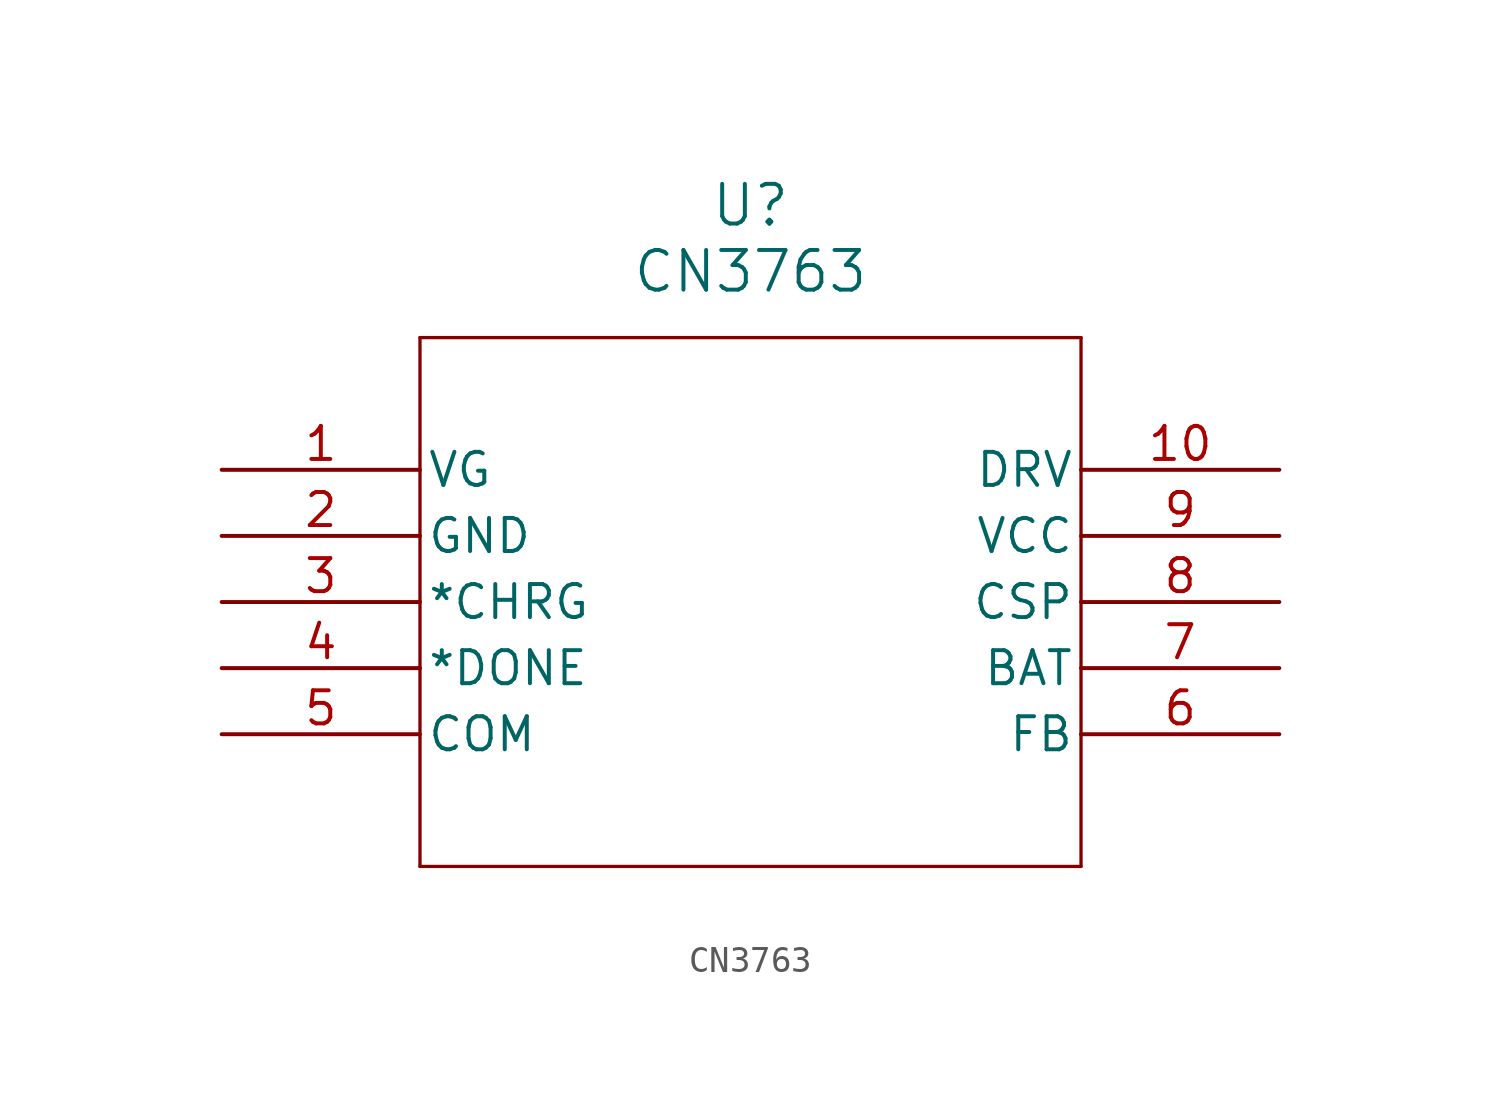
<source format=kicad_sym>
(kicad_symbol_lib
  (version 20211014)
  (generator kicad_symbol_editor)
  (symbol "CN3763"
    (pin_names
      (offset 0.254))
    (property "Reference" "U"
      (at 20.32 10.16 0)
      (effects (font (size 1.524 1.524))))
    (property "Value" "CN3763"
      (at 20.32 7.62 0)
      (effects (font (size 1.524 1.524))))
    (symbol "CN3763_0_1"
      (polyline (pts (xy 7.62 5.08) (xy 7.62 -15.24)) (stroke (width 0.127) (type default) (color 0 0 0 0)) (fill (type none)))
      (polyline (pts (xy 7.62 -15.24) (xy 33.02 -15.24)) (stroke (width 0.127) (type default) (color 0 0 0 0)) (fill (type none)))
      (polyline (pts (xy 33.02 -15.24) (xy 33.02 5.08)) (stroke (width 0.127) (type default) (color 0 0 0 0)) (fill (type none)))
      (polyline (pts (xy 33.02 5.08) (xy 7.62 5.08)) (stroke (width 0.127) (type default) (color 0 0 0 0)) (fill (type none)))
      (pin power_in line (at 0 0 0) (length 7.62) (name "VG" (effects (font (size 1.27 1.27)))) (number "1" (effects (font (size 1.27 1.27)))))
      (pin power_out line (at 0 -2.54 0) (length 7.62) (name "GND" (effects (font (size 1.27 1.27)))) (number "2" (effects (font (size 1.27 1.27)))))
      (pin output line (at 0 -5.08 0) (length 7.62) (name "*CHRG" (effects (font (size 1.27 1.27)))) (number "3" (effects (font (size 1.27 1.27)))))
      (pin output line (at 0 -7.62 0) (length 7.62) (name "*DONE" (effects (font (size 1.27 1.27)))) (number "4" (effects (font (size 1.27 1.27)))))
      (pin input line (at 0 -10.16 0) (length 7.62) (name "COM" (effects (font (size 1.27 1.27)))) (number "5" (effects (font (size 1.27 1.27)))))
      (pin input line (at 40.64 -10.16 180) (length 7.62) (name "FB" (effects (font (size 1.27 1.27)))) (number "6" (effects (font (size 1.27 1.27)))))
      (pin input line (at 40.64 -7.62 180) (length 7.62) (name "BAT" (effects (font (size 1.27 1.27)))) (number "7" (effects (font (size 1.27 1.27)))))
      (pin input line (at 40.64 -5.08 180) (length 7.62) (name "CSP" (effects (font (size 1.27 1.27)))) (number "8" (effects (font (size 1.27 1.27)))))
      (pin power_in line (at 40.64 -2.54 180) (length 7.62) (name "VCC" (effects (font (size 1.27 1.27)))) (number "9" (effects (font (size 1.27 1.27)))))
      (pin power_in line (at 40.64 0 180) (length 7.62) (name "DRV" (effects (font (size 1.27 1.27)))) (number "10" (effects (font (size 1.27 1.27))))))))
</source>
